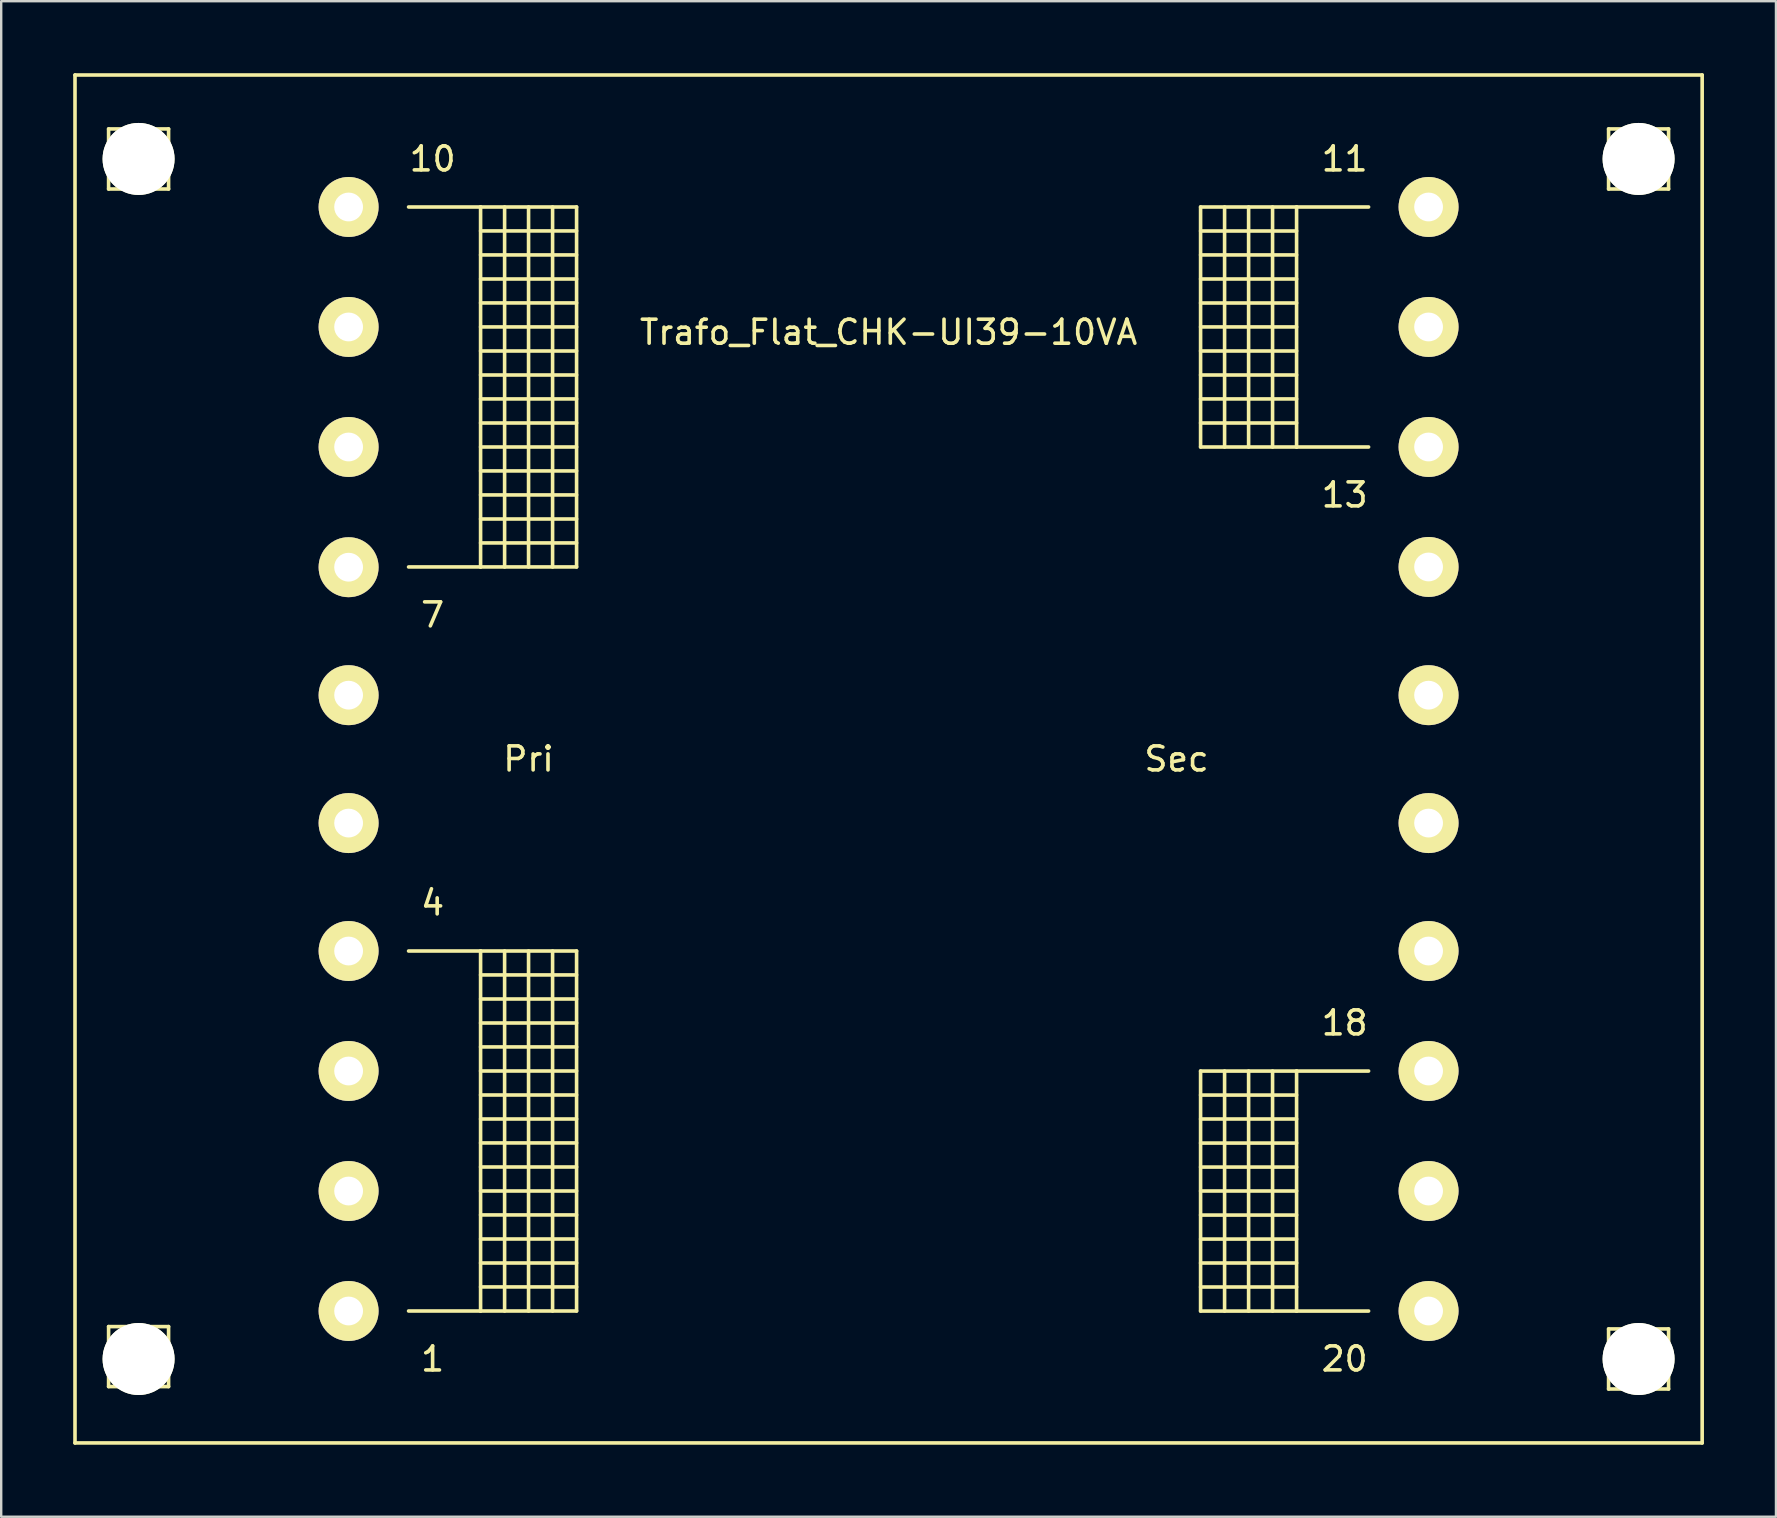
<source format=kicad_pcb>
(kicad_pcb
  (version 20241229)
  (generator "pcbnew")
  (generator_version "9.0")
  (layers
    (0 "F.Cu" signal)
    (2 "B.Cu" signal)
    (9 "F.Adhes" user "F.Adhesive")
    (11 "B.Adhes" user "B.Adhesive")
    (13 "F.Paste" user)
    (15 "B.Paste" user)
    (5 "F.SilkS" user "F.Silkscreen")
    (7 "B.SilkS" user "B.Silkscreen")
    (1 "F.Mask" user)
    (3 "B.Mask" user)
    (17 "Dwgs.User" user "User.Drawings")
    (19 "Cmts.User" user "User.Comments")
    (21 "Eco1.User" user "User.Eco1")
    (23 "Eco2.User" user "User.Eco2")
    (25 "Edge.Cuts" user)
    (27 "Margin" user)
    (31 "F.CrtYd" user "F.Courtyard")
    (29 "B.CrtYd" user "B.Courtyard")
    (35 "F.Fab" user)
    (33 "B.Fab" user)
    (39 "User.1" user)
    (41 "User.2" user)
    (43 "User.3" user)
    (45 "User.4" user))
  (footprint "Trafo_Flat_CHK-UI39-10VA"
    (layer "F.Cu")
    (at 33.974 28.574)
    (property "Reference" "Trafo_Flat_CHK-UI39-10VA" (at 0 -17.78 0) (layer "F.SilkS") (effects (font (size 1 1) (thickness 0.15))))
    (attr through_hole)
    (fp_line (start -33.899 -28.499) (end -33.899 28.499) (stroke (width 0.15) (type solid)) (layer "F.SilkS"))
    (fp_line (start -33.899 28.499) (end 33.899 28.499) (stroke (width 0.15) (type solid)) (layer "F.SilkS"))
    (fp_line (start -32.499 -26.251) (end -32.499 -23.749) (stroke (width 0.15) (type solid)) (layer "F.SilkS"))
    (fp_line (start -32.499 -23.749) (end -30 -23.749) (stroke (width 0.15) (type solid)) (layer "F.SilkS"))
    (fp_line (start -32.499 23.65) (end -32.499 26.149) (stroke (width 0.15) (type solid)) (layer "F.SilkS"))
    (fp_line (start -32.499 26.149) (end -30 26.149) (stroke (width 0.15) (type solid)) (layer "F.SilkS"))
    (fp_line (start -31.25 -26.251) (end -32.499 -26.251) (stroke (width 0.15) (type solid)) (layer "F.SilkS"))
    (fp_line (start -31.25 23.65) (end -32.499 23.65) (stroke (width 0.15) (type solid)) (layer "F.SilkS"))
    (fp_line (start -30 -26.251) (end -31.25 -26.251) (stroke (width 0.15) (type solid)) (layer "F.SilkS"))
    (fp_line (start -30 -23.749) (end -30 -26.251) (stroke (width 0.15) (type solid)) (layer "F.SilkS"))
    (fp_line (start -30 23.65) (end -31.25 23.65) (stroke (width 0.15) (type solid)) (layer "F.SilkS"))
    (fp_line (start -30 26.149) (end -30 23.65) (stroke (width 0.15) (type solid)) (layer "F.SilkS"))
    (fp_line (start -20 -23) (end -17 -23) (stroke (width 0.15) (type solid)) (layer "F.SilkS"))
    (fp_line (start -20 8.001) (end -17 8.001) (stroke (width 0.15) (type solid)) (layer "F.SilkS"))
    (fp_line (start -17 -23) (end -17 -8.001) (stroke (width 0.15) (type solid)) (layer "F.SilkS"))
    (fp_line (start -17 -23) (end -13 -23) (stroke (width 0.15) (type solid)) (layer "F.SilkS"))
    (fp_line (start -17 -22.001) (end -13 -22.001) (stroke (width 0.15) (type solid)) (layer "F.SilkS"))
    (fp_line (start -17 -21.001) (end -13 -21.001) (stroke (width 0.15) (type solid)) (layer "F.SilkS"))
    (fp_line (start -17 -20) (end -13 -20) (stroke (width 0.15) (type solid)) (layer "F.SilkS"))
    (fp_line (start -17 -19.002) (end -13 -19.002) (stroke (width 0.15) (type solid)) (layer "F.SilkS"))
    (fp_line (start -17 -18.001) (end -13 -18.001) (stroke (width 0.15) (type solid)) (layer "F.SilkS"))
    (fp_line (start -17 -17) (end -13 -17) (stroke (width 0.15) (type solid)) (layer "F.SilkS"))
    (fp_line (start -17 -15.999) (end -13 -15.999) (stroke (width 0.15) (type solid)) (layer "F.SilkS"))
    (fp_line (start -17 -15.001) (end -13 -15.001) (stroke (width 0.15) (type solid)) (layer "F.SilkS"))
    (fp_line (start -17 -14) (end -13 -14) (stroke (width 0.15) (type solid)) (layer "F.SilkS"))
    (fp_line (start -17 -13) (end -13 -13) (stroke (width 0.15) (type solid)) (layer "F.SilkS"))
    (fp_line (start -17 -12.002) (end -13 -12.002) (stroke (width 0.15) (type solid)) (layer "F.SilkS"))
    (fp_line (start -17 -11.001) (end -13 -11.001) (stroke (width 0.15) (type solid)) (layer "F.SilkS"))
    (fp_line (start -17 -10) (end -13 -10) (stroke (width 0.15) (type solid)) (layer "F.SilkS"))
    (fp_line (start -17 -9.002) (end -13 -9.002) (stroke (width 0.15) (type solid)) (layer "F.SilkS"))
    (fp_line (start -17 -8.001) (end -20 -8.001) (stroke (width 0.15) (type solid)) (layer "F.SilkS"))
    (fp_line (start -17 8.001) (end -17 23) (stroke (width 0.15) (type solid)) (layer "F.SilkS"))
    (fp_line (start -17 8.001) (end -13 8.001) (stroke (width 0.15) (type solid)) (layer "F.SilkS"))
    (fp_line (start -17 8.999) (end -13 8.999) (stroke (width 0.15) (type solid)) (layer "F.SilkS"))
    (fp_line (start -17 10) (end -13 10) (stroke (width 0.15) (type solid)) (layer "F.SilkS"))
    (fp_line (start -17 11.001) (end -13 11.001) (stroke (width 0.15) (type solid)) (layer "F.SilkS"))
    (fp_line (start -17 11.999) (end -13 11.999) (stroke (width 0.15) (type solid)) (layer "F.SilkS"))
    (fp_line (start -17 13) (end -13 13) (stroke (width 0.15) (type solid)) (layer "F.SilkS"))
    (fp_line (start -17 14) (end -13 14) (stroke (width 0.15) (type solid)) (layer "F.SilkS"))
    (fp_line (start -17 15.001) (end -13 15.001) (stroke (width 0.15) (type solid)) (layer "F.SilkS"))
    (fp_line (start -17 15.999) (end -13 15.999) (stroke (width 0.15) (type solid)) (layer "F.SilkS"))
    (fp_line (start -17 17) (end -13 17) (stroke (width 0.15) (type solid)) (layer "F.SilkS"))
    (fp_line (start -17 18.001) (end -13 18.001) (stroke (width 0.15) (type solid)) (layer "F.SilkS"))
    (fp_line (start -17 18.999) (end -13 18.999) (stroke (width 0.15) (type solid)) (layer "F.SilkS"))
    (fp_line (start -17 20) (end -13 20) (stroke (width 0.15) (type solid)) (layer "F.SilkS"))
    (fp_line (start -17 21.001) (end -13 21.001) (stroke (width 0.15) (type solid)) (layer "F.SilkS"))
    (fp_line (start -17 21.999) (end -13 21.999) (stroke (width 0.15) (type solid)) (layer "F.SilkS"))
    (fp_line (start -17 23) (end -20 23) (stroke (width 0.15) (type solid)) (layer "F.SilkS"))
    (fp_line (start -15.999 -23) (end -15.999 -8.001) (stroke (width 0.15) (type solid)) (layer "F.SilkS"))
    (fp_line (start -15.999 8.001) (end -15.999 23) (stroke (width 0.15) (type solid)) (layer "F.SilkS"))
    (fp_line (start -15.001 -8.001) (end -15.001 -23) (stroke (width 0.15) (type solid)) (layer "F.SilkS"))
    (fp_line (start -15.001 23) (end -15.001 8.001) (stroke (width 0.15) (type solid)) (layer "F.SilkS"))
    (fp_line (start -14 -23) (end -14 -8.001) (stroke (width 0.15) (type solid)) (layer "F.SilkS"))
    (fp_line (start -14 8.001) (end -14 23) (stroke (width 0.15) (type solid)) (layer "F.SilkS"))
    (fp_line (start -13 -23) (end -13 -8.001) (stroke (width 0.15) (type solid)) (layer "F.SilkS"))
    (fp_line (start -13 -8.001) (end -17 -8.001) (stroke (width 0.15) (type solid)) (layer "F.SilkS"))
    (fp_line (start -13 8.001) (end -13 23) (stroke (width 0.15) (type solid)) (layer "F.SilkS"))
    (fp_line (start -13 23) (end -17 23) (stroke (width 0.15) (type solid)) (layer "F.SilkS"))
    (fp_line (start 13 -23) (end 13 -13) (stroke (width 0.15) (type solid)) (layer "F.SilkS"))
    (fp_line (start 13 -21.999) (end 17 -21.999) (stroke (width 0.15) (type solid)) (layer "F.SilkS"))
    (fp_line (start 13 -21.001) (end 17 -21.001) (stroke (width 0.15) (type solid)) (layer "F.SilkS"))
    (fp_line (start 13 -20) (end 17 -20) (stroke (width 0.15) (type solid)) (layer "F.SilkS"))
    (fp_line (start 13 -18.999) (end 17 -18.999) (stroke (width 0.15) (type solid)) (layer "F.SilkS"))
    (fp_line (start 13 -18.001) (end 17 -18.001) (stroke (width 0.15) (type solid)) (layer "F.SilkS"))
    (fp_line (start 13 -17) (end 17 -17) (stroke (width 0.15) (type solid)) (layer "F.SilkS"))
    (fp_line (start 13 -15.999) (end 17 -15.999) (stroke (width 0.15) (type solid)) (layer "F.SilkS"))
    (fp_line (start 13 -15.001) (end 17 -15.001) (stroke (width 0.15) (type solid)) (layer "F.SilkS"))
    (fp_line (start 13 -14) (end 17 -14) (stroke (width 0.15) (type solid)) (layer "F.SilkS"))
    (fp_line (start 13 -13) (end 17 -13) (stroke (width 0.15) (type solid)) (layer "F.SilkS"))
    (fp_line (start 13 13.002) (end 13 23.002) (stroke (width 0.15) (type solid)) (layer "F.SilkS"))
    (fp_line (start 13 14.003) (end 17 14.003) (stroke (width 0.15) (type solid)) (layer "F.SilkS"))
    (fp_line (start 13 15.001) (end 17 15.001) (stroke (width 0.15) (type solid)) (layer "F.SilkS"))
    (fp_line (start 13 16.002) (end 17 16.002) (stroke (width 0.15) (type solid)) (layer "F.SilkS"))
    (fp_line (start 13 17.003) (end 17 17.003) (stroke (width 0.15) (type solid)) (layer "F.SilkS"))
    (fp_line (start 13 18.001) (end 17 18.001) (stroke (width 0.15) (type solid)) (layer "F.SilkS"))
    (fp_line (start 13 19.002) (end 17 19.002) (stroke (width 0.15) (type solid)) (layer "F.SilkS"))
    (fp_line (start 13 20.003) (end 17 20.003) (stroke (width 0.15) (type solid)) (layer "F.SilkS"))
    (fp_line (start 13 21.001) (end 17 21.001) (stroke (width 0.15) (type solid)) (layer "F.SilkS"))
    (fp_line (start 13 22.001) (end 17 22.001) (stroke (width 0.15) (type solid)) (layer "F.SilkS"))
    (fp_line (start 13 23.002) (end 17 23.002) (stroke (width 0.15) (type solid)) (layer "F.SilkS"))
    (fp_line (start 14 -23) (end 14 -13) (stroke (width 0.15) (type solid)) (layer "F.SilkS"))
    (fp_line (start 14 13.002) (end 14 23.002) (stroke (width 0.15) (type solid)) (layer "F.SilkS"))
    (fp_line (start 15.001 -13) (end 15.001 -23) (stroke (width 0.15) (type solid)) (layer "F.SilkS"))
    (fp_line (start 15.001 23.002) (end 15.001 13.002) (stroke (width 0.15) (type solid)) (layer "F.SilkS"))
    (fp_line (start 15.999 -23) (end 15.999 -13) (stroke (width 0.15) (type solid)) (layer "F.SilkS"))
    (fp_line (start 15.999 13.002) (end 15.999 23.002) (stroke (width 0.15) (type solid)) (layer "F.SilkS"))
    (fp_line (start 17 -23) (end 13 -23) (stroke (width 0.15) (type solid)) (layer "F.SilkS"))
    (fp_line (start 17 -23) (end 17 -13) (stroke (width 0.15) (type solid)) (layer "F.SilkS"))
    (fp_line (start 17 -13) (end 20 -13) (stroke (width 0.15) (type solid)) (layer "F.SilkS"))
    (fp_line (start 17 13.002) (end 13 13.002) (stroke (width 0.15) (type solid)) (layer "F.SilkS"))
    (fp_line (start 17 13.002) (end 17 23.002) (stroke (width 0.15) (type solid)) (layer "F.SilkS"))
    (fp_line (start 17 23.002) (end 20 23.002) (stroke (width 0.15) (type solid)) (layer "F.SilkS"))
    (fp_line (start 20 -23) (end 17 -23) (stroke (width 0.15) (type solid)) (layer "F.SilkS"))
    (fp_line (start 20 13.002) (end 17 13.002) (stroke (width 0.15) (type solid)) (layer "F.SilkS"))
    (fp_line (start 30 -26.251) (end 30 -23.749) (stroke (width 0.15) (type solid)) (layer "F.SilkS"))
    (fp_line (start 30 -23.749) (end 32.499 -23.749) (stroke (width 0.15) (type solid)) (layer "F.SilkS"))
    (fp_line (start 30 23.749) (end 30 26.251) (stroke (width 0.15) (type solid)) (layer "F.SilkS"))
    (fp_line (start 30 26.251) (end 32.499 26.251) (stroke (width 0.15) (type solid)) (layer "F.SilkS"))
    (fp_line (start 31.25 -26.251) (end 30 -26.251) (stroke (width 0.15) (type solid)) (layer "F.SilkS"))
    (fp_line (start 31.25 23.749) (end 30 23.749) (stroke (width 0.15) (type solid)) (layer "F.SilkS"))
    (fp_line (start 32.499 -26.251) (end 31.25 -26.251) (stroke (width 0.15) (type solid)) (layer "F.SilkS"))
    (fp_line (start 32.499 -23.749) (end 32.499 -26.251) (stroke (width 0.15) (type solid)) (layer "F.SilkS"))
    (fp_line (start 32.499 23.749) (end 31.25 23.749) (stroke (width 0.15) (type solid)) (layer "F.SilkS"))
    (fp_line (start 32.499 26.251) (end 32.499 23.749) (stroke (width 0.15) (type solid)) (layer "F.SilkS"))
    (fp_line (start 33.899 -28.499) (end -33.899 -28.499) (stroke (width 0.15) (type solid)) (layer "F.SilkS"))
    (fp_line (start 33.899 28.499) (end 33.899 -28.499) (stroke (width 0.15) (type solid)) (layer "F.SilkS"))
    (fp_text user "20" (at 19.002 24.999 0) (layer "F.SilkS") (effects (font (size 1 1) (thickness 0.15))))
    (fp_text user "18" (at 19.002 10.998 0) (layer "F.SilkS") (effects (font (size 1 1) (thickness 0.15))))
    (fp_text user "Sec" (at 11.999 0 0) (layer "F.SilkS") (effects (font (size 1 1) (thickness 0.15))))
    (fp_text user "7" (at -18.999 -6.002 0) (layer "F.SilkS") (effects (font (size 1 1) (thickness 0.15))))
    (fp_text user "4" (at -18.999 5.999 0) (layer "F.SilkS") (effects (font (size 1 1) (thickness 0.15))))
    (fp_text user "Pri" (at -15.001 0 0) (layer "F.SilkS") (effects (font (size 1 1) (thickness 0.15))))
    (fp_text user "11" (at 19.002 -25.001 0) (layer "F.SilkS") (effects (font (size 1 1) (thickness 0.15))))
    (fp_text user "1" (at -18.999 25.001 0) (layer "F.SilkS") (effects (font (size 1 1) (thickness 0.15))))
    (fp_text user "10" (at -18.999 -25.001 0) (layer "F.SilkS") (effects (font (size 1 1) (thickness 0.15))))
    (fp_text user "13" (at 19.002 -11.001 0) (layer "F.SilkS") (effects (font (size 1 1) (thickness 0.15))))
    (pad "" np_thru_hole circle (at -31.25 -25.001) (size 3 3) (drill 3) (layers "*.Cu" "*.Mask" "F.SilkS"))
    (pad "" np_thru_hole circle (at -31.25 25.001) (size 3 3) (drill 3) (layers "*.Cu" "*.Mask" "F.SilkS"))
    (pad "" np_thru_hole circle (at 31.25 -25.001) (size 3 3) (drill 3) (layers "*.Cu" "*.Mask" "F.SilkS"))
    (pad "" np_thru_hole circle (at 31.25 25.001) (size 3 3) (drill 3) (layers "*.Cu" "*.Mask" "F.SilkS"))
    (pad "1" thru_hole circle (at -22.499 23) (size 2.499 2.499) (drill 1.199) (layers "*.Cu" "*.Mask" "F.SilkS"))
    (pad "2" thru_hole circle (at -22.499 18.001) (size 2.499 2.499) (drill 1.199) (layers "*.Cu" "*.Mask" "F.SilkS"))
    (pad "3" thru_hole circle (at -22.499 13) (size 2.499 2.499) (drill 1.199) (layers "*.Cu" "*.Mask" "F.SilkS"))
    (pad "4" thru_hole circle (at -22.499 8.001) (size 2.499 2.499) (drill 1.199) (layers "*.Cu" "*.Mask" "F.SilkS"))
    (pad "5" thru_hole circle (at -22.499 2.67) (size 2.499 2.499) (drill 1.199) (layers "*.Cu" "*.Mask" "F.SilkS"))
    (pad "6" thru_hole circle (at -22.499 -2.659) (size 2.499 2.499) (drill 1.199) (layers "*.Cu" "*.Mask" "F.SilkS"))
    (pad "7" thru_hole circle (at -22.499 -7.991) (size 2.499 2.499) (drill 1.199) (layers "*.Cu" "*.Mask" "F.SilkS"))
    (pad "8" thru_hole circle (at -22.499 -13) (size 2.499 2.499) (drill 1.199) (layers "*.Cu" "*.Mask" "F.SilkS"))
    (pad "9" thru_hole circle (at -22.499 -18.001) (size 2.499 2.499) (drill 1.199) (layers "*.Cu" "*.Mask" "F.SilkS"))
    (pad "10" thru_hole circle (at -22.499 -23) (size 2.499 2.499) (drill 1.199) (layers "*.Cu" "*.Mask" "F.SilkS"))
    (pad "11" thru_hole circle (at 22.499 -23) (size 2.499 2.499) (drill 1.199) (layers "*.Cu" "*.Mask" "F.SilkS"))
    (pad "12" thru_hole circle (at 22.499 -18.001) (size 2.499 2.499) (drill 1.199) (layers "*.Cu" "*.Mask" "F.SilkS"))
    (pad "13" thru_hole circle (at 22.499 -13) (size 2.499 2.499) (drill 1.199) (layers "*.Cu" "*.Mask" "F.SilkS"))
    (pad "14" thru_hole circle (at 22.499 -8.001) (size 2.499 2.499) (drill 1.199) (layers "*.Cu" "*.Mask" "F.SilkS"))
    (pad "15" thru_hole circle (at 22.499 -2.659) (size 2.499 2.499) (drill 1.199) (layers "*.Cu" "*.Mask" "F.SilkS"))
    (pad "16" thru_hole circle (at 22.499 2.67) (size 2.499 2.499) (drill 1.199) (layers "*.Cu" "*.Mask" "F.SilkS"))
    (pad "17" thru_hole circle (at 22.499 8.001) (size 2.499 2.499) (drill 1.199) (layers "*.Cu" "*.Mask" "F.SilkS"))
    (pad "18" thru_hole circle (at 22.499 13) (size 2.499 2.499) (drill 1.199) (layers "*.Cu" "*.Mask" "F.SilkS"))
    (pad "19" thru_hole circle (at 22.499 18.001) (size 2.499 2.499) (drill 1.199) (layers "*.Cu" "*.Mask" "F.SilkS"))
    (pad "20" thru_hole circle (at 22.499 23) (size 2.499 2.499) (drill 1.199) (layers "*.Cu" "*.Mask" "F.SilkS")))
  (gr_rect
    (start -3 -3)
    (end 70.948 60.148)
    (stroke (width 0.1) (type default))
    (fill no)
    (layer "Edge.Cuts")))
</source>
